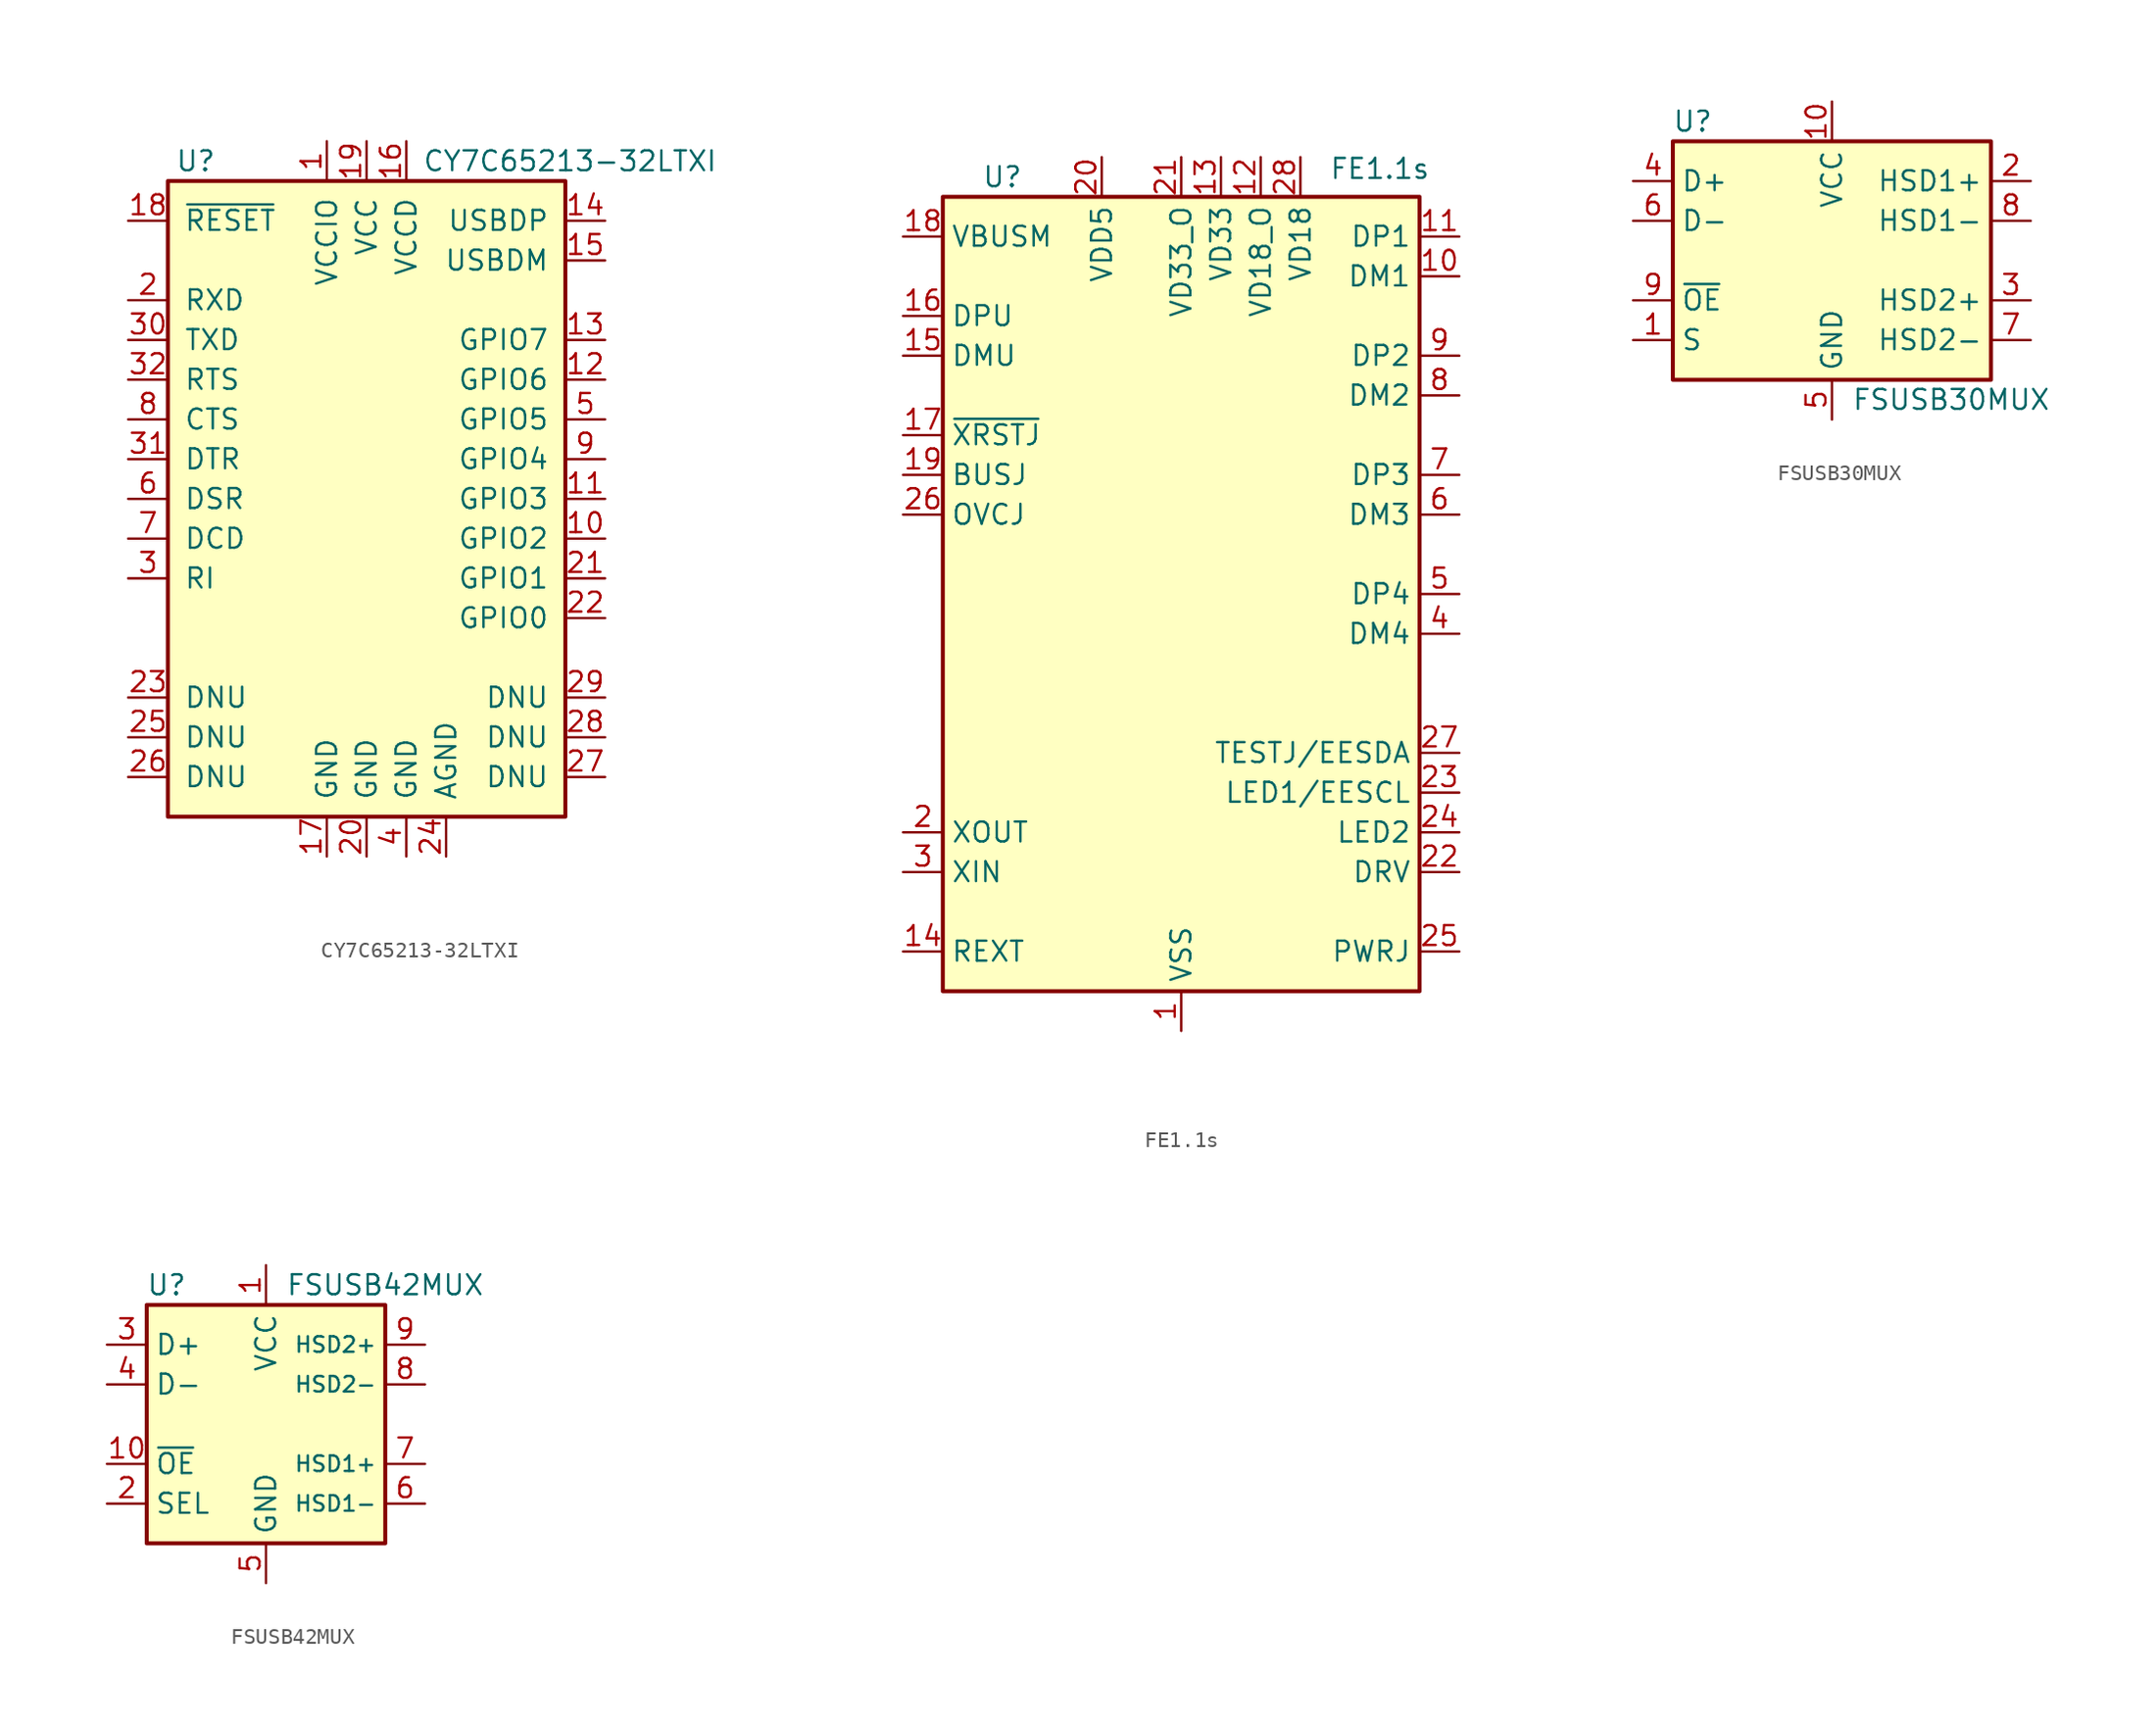
<source format=kicad_sym>
(kicad_symbol_lib
  (version 20241209)
  (generator "kicad_symbol_editor")
  (generator_version "9.0")
  (symbol "CY7C65213-32LTXI"
    (pin_names
      (offset 1.016))
    (property "Reference" "U"
      (at -10.922 19.05 0)
      (effects (font (size 1.27 1.27))))
    (property "Value" "CY7C65213-32LTXI"
      (at 3.556 19.05 0)
      (effects (font (size 1.27 1.27)) (justify left)))
    (symbol "CY7C65213-32LTXI_0_1"
      (rectangle (start -12.7 17.78) (end 12.7 -22.86) (stroke (width 0.254) (type default)) (fill (type background))))
    (symbol "CY7C65213-32LTXI_1_1"
      (pin bidirectional line (at -15.24 15.24 0) (length 2.54) (name "~{RESET}" (effects (font (size 1.27 1.27)))) (number "18" (effects (font (size 1.27 1.27)))))
      (pin input line (at -15.24 10.16 0) (length 2.54) (name "RXD" (effects (font (size 1.27 1.27)))) (number "2" (effects (font (size 1.27 1.27)))))
      (pin output line (at -15.24 7.62 0) (length 2.54) (name "TXD" (effects (font (size 1.27 1.27)))) (number "30" (effects (font (size 1.27 1.27)))))
      (pin output line (at -15.24 5.08 0) (length 2.54) (name "RTS" (effects (font (size 1.27 1.27)))) (number "32" (effects (font (size 1.27 1.27)))))
      (pin input line (at -15.24 2.54 0) (length 2.54) (name "CTS" (effects (font (size 1.27 1.27)))) (number "8" (effects (font (size 1.27 1.27)))))
      (pin output line (at -15.24 0 0) (length 2.54) (name "DTR" (effects (font (size 1.27 1.27)))) (number "31" (effects (font (size 1.27 1.27)))))
      (pin input line (at -15.24 -2.54 0) (length 2.54) (name "DSR" (effects (font (size 1.27 1.27)))) (number "6" (effects (font (size 1.27 1.27)))))
      (pin input line (at -15.24 -5.08 0) (length 2.54) (name "DCD" (effects (font (size 1.27 1.27)))) (number "7" (effects (font (size 1.27 1.27)))))
      (pin input line (at -15.24 -7.62 0) (length 2.54) (name "RI" (effects (font (size 1.27 1.27)))) (number "3" (effects (font (size 1.27 1.27)))))
      (pin passive line (at -15.24 -15.24 0) (length 2.54) (name "DNU" (effects (font (size 1.27 1.27)))) (number "23" (effects (font (size 1.27 1.27)))))
      (pin passive line (at -15.24 -17.78 0) (length 2.54) (name "DNU" (effects (font (size 1.27 1.27)))) (number "25" (effects (font (size 1.27 1.27)))))
      (pin passive line (at -15.24 -20.32 0) (length 2.54) (name "DNU" (effects (font (size 1.27 1.27)))) (number "26" (effects (font (size 1.27 1.27)))))
      (pin no_connect line (at -12.7 -12.7 0) (length 2.54) (hide yes) (name "1EP" (effects (font (size 1.27 1.27)))) (number "33" (effects (font (size 1.27 1.27)))))
      (pin power_in line (at -2.54 20.32 270) (length 2.54) (name "VCCIO" (effects (font (size 1.27 1.27)))) (number "1" (effects (font (size 1.27 1.27)))))
      (pin power_in line (at -2.54 -25.4 90) (length 2.54) (name "GND" (effects (font (size 1.27 1.27)))) (number "17" (effects (font (size 1.27 1.27)))))
      (pin power_in line (at 0 20.32 270) (length 2.54) (name "VCC" (effects (font (size 1.27 1.27)))) (number "19" (effects (font (size 1.27 1.27)))))
      (pin power_in line (at 0 -25.4 90) (length 2.54) (name "GND" (effects (font (size 1.27 1.27)))) (number "20" (effects (font (size 1.27 1.27)))))
      (pin passive line (at 2.54 20.32 270) (length 2.54) (name "VCCD" (effects (font (size 1.27 1.27)))) (number "16" (effects (font (size 1.27 1.27)))))
      (pin power_in line (at 2.54 -25.4 90) (length 2.54) (name "GND" (effects (font (size 1.27 1.27)))) (number "4" (effects (font (size 1.27 1.27)))))
      (pin power_in line (at 5.08 -25.4 90) (length 2.54) (name "AGND" (effects (font (size 1.27 1.27)))) (number "24" (effects (font (size 1.27 1.27)))))
      (pin bidirectional line (at 15.24 15.24 180) (length 2.54) (name "USBDP" (effects (font (size 1.27 1.27)))) (number "14" (effects (font (size 1.27 1.27)))))
      (pin bidirectional line (at 15.24 12.7 180) (length 2.54) (name "USBDM" (effects (font (size 1.27 1.27)))) (number "15" (effects (font (size 1.27 1.27)))))
      (pin tri_state line (at 15.24 7.62 180) (length 2.54) (name "GPIO7" (effects (font (size 1.27 1.27)))) (number "13" (effects (font (size 1.27 1.27)))))
      (pin tri_state line (at 15.24 5.08 180) (length 2.54) (name "GPIO6" (effects (font (size 1.27 1.27)))) (number "12" (effects (font (size 1.27 1.27)))))
      (pin tri_state line (at 15.24 2.54 180) (length 2.54) (name "GPIO5" (effects (font (size 1.27 1.27)))) (number "5" (effects (font (size 1.27 1.27)))))
      (pin bidirectional line (at 15.24 0 180) (length 2.54) (name "GPIO4" (effects (font (size 1.27 1.27)))) (number "9" (effects (font (size 1.27 1.27)))))
      (pin bidirectional line (at 15.24 -2.54 180) (length 2.54) (name "GPIO3" (effects (font (size 1.27 1.27)))) (number "11" (effects (font (size 1.27 1.27)))))
      (pin tri_state line (at 15.24 -5.08 180) (length 2.54) (name "GPIO2" (effects (font (size 1.27 1.27)))) (number "10" (effects (font (size 1.27 1.27)))))
      (pin bidirectional line (at 15.24 -7.62 180) (length 2.54) (name "GPIO1" (effects (font (size 1.27 1.27)))) (number "21" (effects (font (size 1.27 1.27)))))
      (pin bidirectional line (at 15.24 -10.16 180) (length 2.54) (name "GPIO0" (effects (font (size 1.27 1.27)))) (number "22" (effects (font (size 1.27 1.27)))))
      (pin passive line (at 15.24 -15.24 180) (length 2.54) (name "DNU" (effects (font (size 1.27 1.27)))) (number "29" (effects (font (size 1.27 1.27)))))
      (pin passive line (at 15.24 -17.78 180) (length 2.54) (name "DNU" (effects (font (size 1.27 1.27)))) (number "28" (effects (font (size 1.27 1.27)))))
      (pin passive line (at 15.24 -20.32 180) (length 2.54) (name "DNU" (effects (font (size 1.27 1.27)))) (number "27" (effects (font (size 1.27 1.27)))))))
  (symbol "FE1.1s"
    (property "Reference" "U"
      (at -11.43 26.67 0)
      (effects (font (size 1.27 1.27))))
    (property "Value" "FE1.1s"
      (at 12.7 27.94 0)
      (effects (font (size 1.27 1.27)) (justify top)))
    (symbol "FE1.1s_0_1"
      (rectangle (start -15.24 25.4) (end 15.24 -25.4) (stroke (width 0.254) (type default)) (fill (type background))))
    (symbol "FE1.1s_1_1"
      (pin input line (at -17.78 22.86 0) (length 2.54) (name "VBUSM" (effects (font (size 1.27 1.27)))) (number "18" (effects (font (size 1.27 1.27)))))
      (pin bidirectional line (at -17.78 17.78 0) (length 2.54) (name "DPU" (effects (font (size 1.27 1.27)))) (number "16" (effects (font (size 1.27 1.27)))))
      (pin bidirectional line (at -17.78 15.24 0) (length 2.54) (name "DMU" (effects (font (size 1.27 1.27)))) (number "15" (effects (font (size 1.27 1.27)))))
      (pin input line (at -17.78 10.16 0) (length 2.54) (name "~{XRSTJ}" (effects (font (size 1.27 1.27)))) (number "17" (effects (font (size 1.27 1.27)))))
      (pin input line (at -17.78 7.62 0) (length 2.54) (name "BUSJ" (effects (font (size 1.27 1.27)))) (number "19" (effects (font (size 1.27 1.27)))))
      (pin input line (at -17.78 5.08 0) (length 2.54) (name "OVCJ" (effects (font (size 1.27 1.27)))) (number "26" (effects (font (size 1.27 1.27)))))
      (pin output line (at -17.78 -15.24 0) (length 2.54) (name "XOUT" (effects (font (size 1.27 1.27)))) (number "2" (effects (font (size 1.27 1.27)))))
      (pin input line (at -17.78 -17.78 0) (length 2.54) (name "XIN" (effects (font (size 1.27 1.27)))) (number "3" (effects (font (size 1.27 1.27)))))
      (pin passive line (at -17.78 -22.86 0) (length 2.54) (name "REXT" (effects (font (size 1.27 1.27)))) (number "14" (effects (font (size 1.27 1.27)))))
      (pin power_in line (at -5.08 27.94 270) (length 2.54) (name "VDD5" (effects (font (size 1.27 1.27)))) (number "20" (effects (font (size 1.27 1.27)))))
      (pin power_out line (at 0 27.94 270) (length 2.54) (name "VD33_O" (effects (font (size 1.27 1.27)))) (number "21" (effects (font (size 1.27 1.27)))))
      (pin power_in line (at 0 -27.94 90) (length 2.54) (name "VSS" (effects (font (size 1.27 1.27)))) (number "1" (effects (font (size 1.27 1.27)))))
      (pin power_in line (at 2.54 27.94 270) (length 2.54) (name "VD33" (effects (font (size 1.27 1.27)))) (number "13" (effects (font (size 1.27 1.27)))))
      (pin power_out line (at 5.08 27.94 270) (length 2.54) (name "VD18_O" (effects (font (size 1.27 1.27)))) (number "12" (effects (font (size 1.27 1.27)))))
      (pin power_in line (at 7.62 27.94 270) (length 2.54) (name "VD18" (effects (font (size 1.27 1.27)))) (number "28" (effects (font (size 1.27 1.27)))))
      (pin bidirectional line (at 17.78 22.86 180) (length 2.54) (name "DP1" (effects (font (size 1.27 1.27)))) (number "11" (effects (font (size 1.27 1.27)))))
      (pin bidirectional line (at 17.78 20.32 180) (length 2.54) (name "DM1" (effects (font (size 1.27 1.27)))) (number "10" (effects (font (size 1.27 1.27)))))
      (pin bidirectional line (at 17.78 15.24 180) (length 2.54) (name "DP2" (effects (font (size 1.27 1.27)))) (number "9" (effects (font (size 1.27 1.27)))))
      (pin bidirectional line (at 17.78 12.7 180) (length 2.54) (name "DM2" (effects (font (size 1.27 1.27)))) (number "8" (effects (font (size 1.27 1.27)))))
      (pin bidirectional line (at 17.78 7.62 180) (length 2.54) (name "DP3" (effects (font (size 1.27 1.27)))) (number "7" (effects (font (size 1.27 1.27)))))
      (pin bidirectional line (at 17.78 5.08 180) (length 2.54) (name "DM3" (effects (font (size 1.27 1.27)))) (number "6" (effects (font (size 1.27 1.27)))))
      (pin bidirectional line (at 17.78 0 180) (length 2.54) (name "DP4" (effects (font (size 1.27 1.27)))) (number "5" (effects (font (size 1.27 1.27)))))
      (pin bidirectional line (at 17.78 -2.54 180) (length 2.54) (name "DM4" (effects (font (size 1.27 1.27)))) (number "4" (effects (font (size 1.27 1.27)))))
      (pin bidirectional line (at 17.78 -10.16 180) (length 2.54) (name "TESTJ/EESDA" (effects (font (size 1.27 1.27)))) (number "27" (effects (font (size 1.27 1.27)))))
      (pin bidirectional line (at 17.78 -12.7 180) (length 2.54) (name "LED1/EESCL" (effects (font (size 1.27 1.27)))) (number "23" (effects (font (size 1.27 1.27)))))
      (pin bidirectional line (at 17.78 -15.24 180) (length 2.54) (name "LED2" (effects (font (size 1.27 1.27)))) (number "24" (effects (font (size 1.27 1.27)))))
      (pin bidirectional line (at 17.78 -17.78 180) (length 2.54) (name "DRV" (effects (font (size 1.27 1.27)))) (number "22" (effects (font (size 1.27 1.27)))))
      (pin output line (at 17.78 -22.86 180) (length 2.54) (name "PWRJ" (effects (font (size 1.27 1.27)))) (number "25" (effects (font (size 1.27 1.27)))))))
  (symbol "FSUSB30MUX"
    (property "Reference" "U"
      (at -8.89 8.89 0)
      (effects (font (size 1.27 1.27))))
    (property "Value" "FSUSB30MUX"
      (at 7.62 -8.89 0)
      (effects (font (size 1.27 1.27))))
    (symbol "FSUSB30MUX_0_1"
      (rectangle (start -10.16 7.62) (end 10.16 -7.62) (stroke (width 0.254) (type default)) (fill (type background))))
    (symbol "FSUSB30MUX_1_1"
      (pin bidirectional line (at -12.7 5.08 0) (length 2.54) (name "D+" (effects (font (size 1.27 1.27)))) (number "4" (effects (font (size 1.27 1.27)))))
      (pin bidirectional line (at -12.7 2.54 0) (length 2.54) (name "D-" (effects (font (size 1.27 1.27)))) (number "6" (effects (font (size 1.27 1.27)))))
      (pin input line (at -12.7 -2.54 0) (length 2.54) (name "~{OE}" (effects (font (size 1.27 1.27)))) (number "9" (effects (font (size 1.27 1.27)))))
      (pin input line (at -12.7 -5.08 0) (length 2.54) (name "S" (effects (font (size 1.27 1.27)))) (number "1" (effects (font (size 1.27 1.27)))))
      (pin power_in line (at 0 10.16 270) (length 2.54) (name "VCC" (effects (font (size 1.27 1.27)))) (number "10" (effects (font (size 1.27 1.27)))))
      (pin power_in line (at 0 -10.16 90) (length 2.54) (name "GND" (effects (font (size 1.27 1.27)))) (number "5" (effects (font (size 1.27 1.27)))))
      (pin bidirectional line (at 12.7 5.08 180) (length 2.54) (name "HSD1+" (effects (font (size 1.27 1.27)))) (number "2" (effects (font (size 1.27 1.27)))))
      (pin bidirectional line (at 12.7 2.54 180) (length 2.54) (name "HSD1-" (effects (font (size 1.27 1.27)))) (number "8" (effects (font (size 1.27 1.27)))))
      (pin bidirectional line (at 12.7 -2.54 180) (length 2.54) (name "HSD2+" (effects (font (size 1.27 1.27)))) (number "3" (effects (font (size 1.27 1.27)))))
      (pin bidirectional line (at 12.7 -5.08 180) (length 2.54) (name "HSD2-" (effects (font (size 1.27 1.27)))) (number "7" (effects (font (size 1.27 1.27)))))))
  (symbol "FSUSB42MUX"
    (property "Reference" "U"
      (at -6.35 8.89 0)
      (effects (font (size 1.27 1.27))))
    (property "Value" "FSUSB42MUX"
      (at 7.62 8.89 0)
      (effects (font (size 1.27 1.27))))
    (symbol "FSUSB42MUX_0_1"
      (rectangle (start 7.62 7.62) (end -7.62 -7.62) (stroke (width 0.254) (type default)) (fill (type background))))
    (symbol "FSUSB42MUX_1_1"
      (pin bidirectional line (at -10.16 5.08 0) (length 2.54) (name "D+" (effects (font (size 1.27 1.27)))) (number "3" (effects (font (size 1.27 1.27)))))
      (pin bidirectional line (at -10.16 2.54 0) (length 2.54) (name "D-" (effects (font (size 1.27 1.27)))) (number "4" (effects (font (size 1.27 1.27)))))
      (pin input line (at -10.16 -2.54 0) (length 2.54) (name "~{OE}" (effects (font (size 1.27 1.27)))) (number "10" (effects (font (size 1.27 1.27)))))
      (pin input line (at -10.16 -5.08 0) (length 2.54) (name "SEL" (effects (font (size 1.27 1.27)))) (number "2" (effects (font (size 1.27 1.27)))))
      (pin power_in line (at 0 10.16 270) (length 2.54) (name "VCC" (effects (font (size 1.27 1.27)))) (number "1" (effects (font (size 1.27 1.27)))))
      (pin power_in line (at 0 -10.16 90) (length 2.54) (name "GND" (effects (font (size 1.27 1.27)))) (number "5" (effects (font (size 1.27 1.27)))))
      (pin bidirectional line (at 10.16 5.08 180) (length 2.54) (name "HSD2+" (effects (font (size 0.991 0.991)))) (number "9" (effects (font (size 1.27 1.27)))))
      (pin bidirectional line (at 10.16 2.54 180) (length 2.54) (name "HSD2-" (effects (font (size 0.991 0.991)))) (number "8" (effects (font (size 1.27 1.27)))))
      (pin bidirectional line (at 10.16 -2.54 180) (length 2.54) (name "HSD1+" (effects (font (size 0.991 0.991)))) (number "7" (effects (font (size 1.27 1.27)))))
      (pin bidirectional line (at 10.16 -5.08 180) (length 2.54) (name "HSD1-" (effects (font (size 0.991 0.991)))) (number "6" (effects (font (size 1.27 1.27))))))))
</source>
